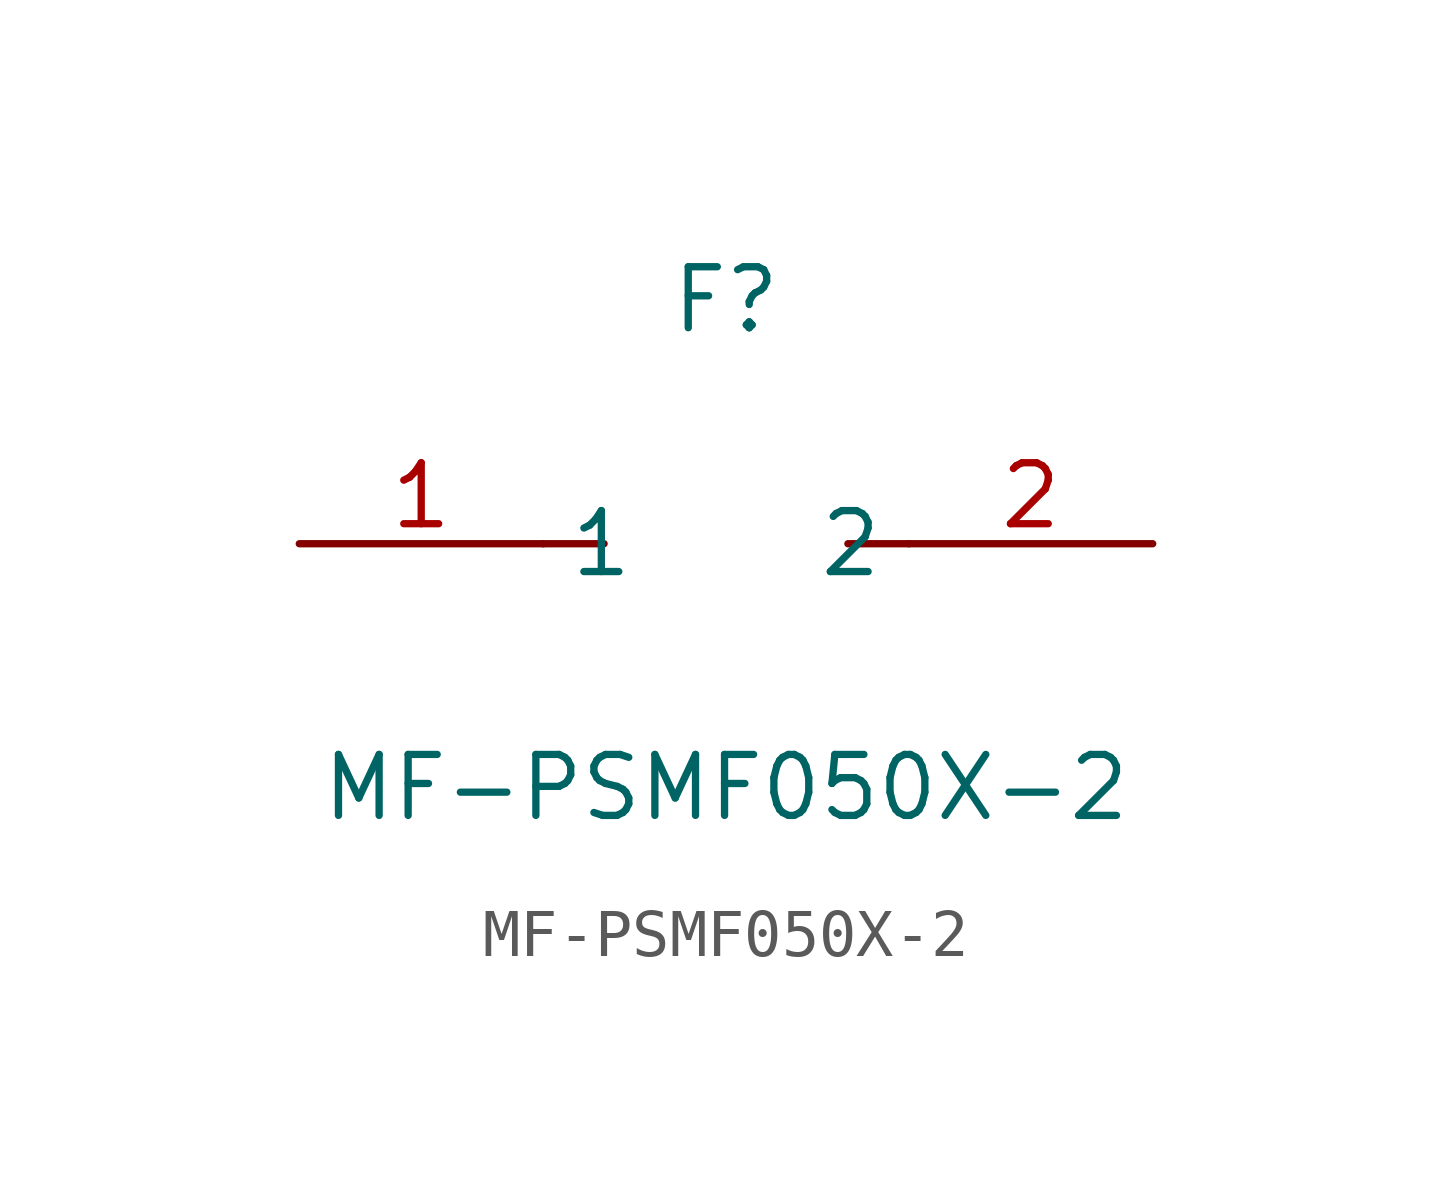
<source format=kicad_sym>
(kicad_symbol_lib
  (version 20211014)
  (generator https://github.com/uPesy/easyeda2kicad.py)
  (symbol "MF-PSMF050X-2"
    (property "Reference" "F"
      (at 0 3.81 0)
      (effects (font (size 1.27 1.27))))
    (property "Value" "MF-PSMF050X-2"
      (at 0 -6.35 0)
      (effects (font (size 1.27 1.27))))
    (symbol "MF-PSMF050X-2_0_1"
      (polyline (pts (xy -2.54 -1.27)) (stroke (width 0) (type default) (color 0 0 0 0)) (fill (type background)))
      (polyline (pts (xy -3.81 -1.27) (xy -2.54 -1.27)) (stroke (width 0) (type default) (color 0 0 0 0)) (fill (type none)))
      (polyline (pts (xy 2.54 -1.27) (xy 3.81 -1.27)) (stroke (width 0) (type default) (color 0 0 0 0)) (fill (type none)))
      (pin unspecified line (at -8.89 -1.27 0) (length 5.08) (name "1" (effects (font (size 1.27 1.27)))) (number "1" (effects (font (size 1.27 1.27)))))
      (pin unspecified line (at 8.89 -1.27 180) (length 5.08) (name "2" (effects (font (size 1.27 1.27)))) (number "2" (effects (font (size 1.27 1.27))))))))
</source>
